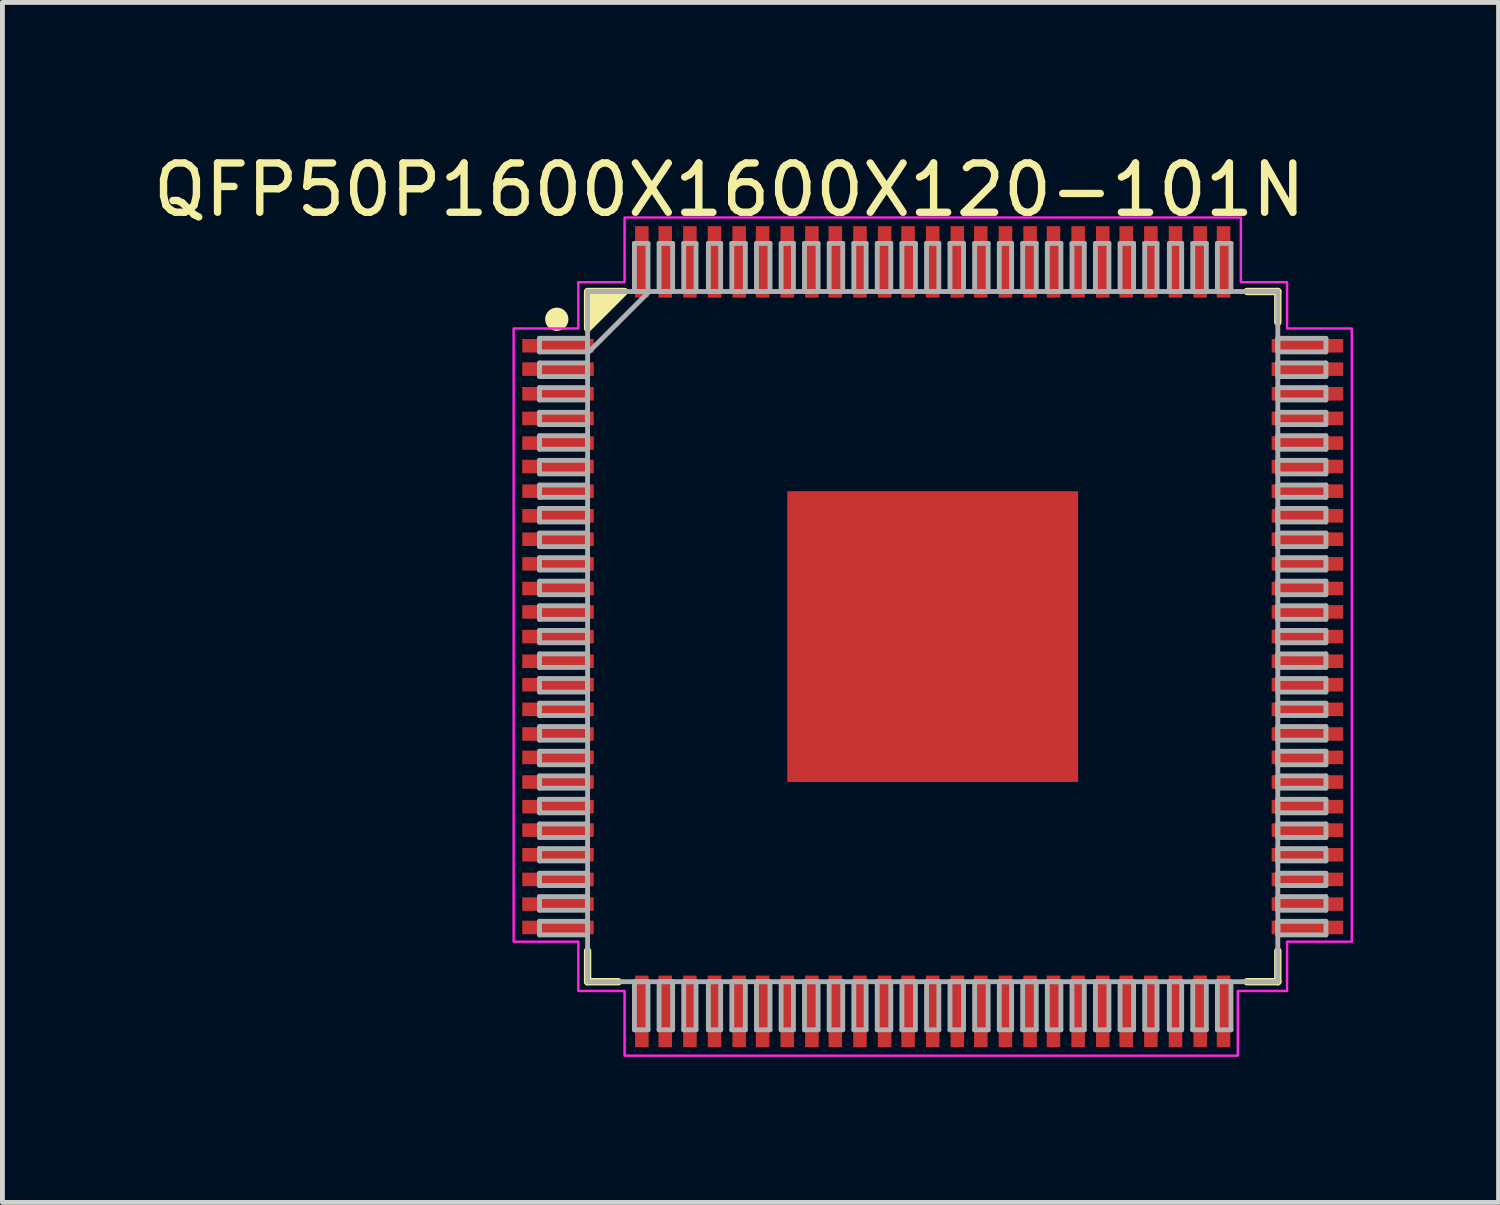
<source format=kicad_pcb>
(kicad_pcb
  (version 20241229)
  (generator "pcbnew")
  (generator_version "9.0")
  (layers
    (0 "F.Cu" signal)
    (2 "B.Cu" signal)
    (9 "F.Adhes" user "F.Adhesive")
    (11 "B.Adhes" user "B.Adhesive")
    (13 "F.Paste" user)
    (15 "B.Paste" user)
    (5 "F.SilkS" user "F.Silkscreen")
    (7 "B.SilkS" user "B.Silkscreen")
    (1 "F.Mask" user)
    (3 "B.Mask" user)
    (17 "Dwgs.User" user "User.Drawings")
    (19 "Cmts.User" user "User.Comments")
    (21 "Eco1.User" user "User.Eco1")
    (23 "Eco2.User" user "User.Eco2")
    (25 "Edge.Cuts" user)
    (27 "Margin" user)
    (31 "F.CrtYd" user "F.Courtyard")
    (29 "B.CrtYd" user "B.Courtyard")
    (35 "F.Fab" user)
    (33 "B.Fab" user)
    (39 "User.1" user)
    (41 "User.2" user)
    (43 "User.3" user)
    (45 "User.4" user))
  (footprint "QFP50P1600X1600X120-101N"
    (layer "F.Cu")
    (at 16.171 10.069)
    (property "Reference" "QFP50P1600X1600X120-101N" (at -4.191 -9.207 0) (layer "F.SilkS") (effects (font (size 1.016 1.016) (thickness 0.152))))
    (attr smd)
    (fp_line (start -7.112 6.477) (end -7.112 7.112) (stroke (width 0.152) (type solid)) (layer "F.SilkS"))
    (fp_line (start -7.112 7.112) (end -6.477 7.112) (stroke (width 0.152) (type solid)) (layer "F.SilkS"))
    (fp_line (start 6.477 7.112) (end 7.112 7.112) (stroke (width 0.152) (type solid)) (layer "F.SilkS"))
    (fp_line (start 7.112 -7.112) (end 6.477 -7.112) (stroke (width 0.152) (type solid)) (layer "F.SilkS"))
    (fp_line (start 7.112 -6.477) (end 7.112 -7.112) (stroke (width 0.152) (type solid)) (layer "F.SilkS"))
    (fp_line (start 7.112 7.112) (end 7.112 6.477) (stroke (width 0.152) (type solid)) (layer "F.SilkS"))
    (fp_circle (center -7.747 -6.54) (end -7.747 -6.35) (stroke (width 0.1) (type solid)) (fill yes) (layer "F.SilkS"))
    (fp_poly (pts (xy -6.35 -7.112) (xy -7.112 -6.35) (xy -7.112 -7.112)) (stroke (width 0.152) (type solid)) (fill yes) (layer "F.SilkS"))
    (fp_poly (pts (xy 6.35 -7.303) (xy 7.303 -7.303) (xy 7.303 -6.35) (xy 8.636 -6.35) (xy 8.636 6.287) (xy 7.303 6.287) (xy 7.303 7.303) (xy 6.287 7.303) (xy 6.287 8.636) (xy -6.35 8.636) (xy -6.35 7.303) (xy -7.303 7.303) (xy -7.303 6.287) (xy -8.636 6.287) (xy -8.636 -6.35) (xy -7.303 -6.35) (xy -7.303 -7.303) (xy -6.35 -7.303) (xy -6.35 -8.636) (xy 6.35 -8.636)) (stroke (width 0.05) (type solid)) (fill no) (layer "F.CrtYd"))
    (fp_line (start -8.103 -6.147) (end -8.103 -5.867) (stroke (width 0.1) (type solid)) (layer "F.Fab"))
    (fp_line (start -8.103 -5.867) (end -7.112 -5.867) (stroke (width 0.1) (type solid)) (layer "F.Fab"))
    (fp_line (start -8.103 -5.639) (end -8.103 -5.359) (stroke (width 0.1) (type solid)) (layer "F.Fab"))
    (fp_line (start -8.103 -5.359) (end -7.112 -5.359) (stroke (width 0.1) (type solid)) (layer "F.Fab"))
    (fp_line (start -8.103 -5.131) (end -8.103 -4.877) (stroke (width 0.1) (type solid)) (layer "F.Fab"))
    (fp_line (start -8.103 -4.877) (end -7.112 -4.877) (stroke (width 0.1) (type solid)) (layer "F.Fab"))
    (fp_line (start -8.103 -4.623) (end -8.103 -4.369) (stroke (width 0.1) (type solid)) (layer "F.Fab"))
    (fp_line (start -8.103 -4.369) (end -7.112 -4.369) (stroke (width 0.1) (type solid)) (layer "F.Fab"))
    (fp_line (start -8.103 -4.14) (end -8.103 -3.861) (stroke (width 0.1) (type solid)) (layer "F.Fab"))
    (fp_line (start -8.103 -3.861) (end -7.112 -3.861) (stroke (width 0.1) (type solid)) (layer "F.Fab"))
    (fp_line (start -8.103 -3.632) (end -8.103 -3.353) (stroke (width 0.1) (type solid)) (layer "F.Fab"))
    (fp_line (start -8.103 -3.353) (end -7.112 -3.353) (stroke (width 0.1) (type solid)) (layer "F.Fab"))
    (fp_line (start -8.103 -3.124) (end -8.103 -2.87) (stroke (width 0.1) (type solid)) (layer "F.Fab"))
    (fp_line (start -8.103 -2.87) (end -7.112 -2.87) (stroke (width 0.1) (type solid)) (layer "F.Fab"))
    (fp_line (start -8.103 -2.642) (end -8.103 -2.362) (stroke (width 0.1) (type solid)) (layer "F.Fab"))
    (fp_line (start -8.103 -2.362) (end -7.112 -2.362) (stroke (width 0.1) (type solid)) (layer "F.Fab"))
    (fp_line (start -8.103 -2.134) (end -8.103 -1.854) (stroke (width 0.1) (type solid)) (layer "F.Fab"))
    (fp_line (start -8.103 -1.854) (end -7.112 -1.854) (stroke (width 0.1) (type solid)) (layer "F.Fab"))
    (fp_line (start -8.103 -1.626) (end -8.103 -1.372) (stroke (width 0.1) (type solid)) (layer "F.Fab"))
    (fp_line (start -8.103 -1.372) (end -7.112 -1.372) (stroke (width 0.1) (type solid)) (layer "F.Fab"))
    (fp_line (start -8.103 -1.143) (end -8.103 -0.864) (stroke (width 0.1) (type solid)) (layer "F.Fab"))
    (fp_line (start -8.103 -0.864) (end -7.112 -0.864) (stroke (width 0.1) (type solid)) (layer "F.Fab"))
    (fp_line (start -8.103 -0.635) (end -8.103 -0.356) (stroke (width 0.1) (type solid)) (layer "F.Fab"))
    (fp_line (start -8.103 -0.356) (end -7.112 -0.356) (stroke (width 0.1) (type solid)) (layer "F.Fab"))
    (fp_line (start -8.103 -0.127) (end -8.103 0.127) (stroke (width 0.1) (type solid)) (layer "F.Fab"))
    (fp_line (start -8.103 0.127) (end -7.112 0.127) (stroke (width 0.1) (type solid)) (layer "F.Fab"))
    (fp_line (start -8.103 0.356) (end -8.103 0.635) (stroke (width 0.1) (type solid)) (layer "F.Fab"))
    (fp_line (start -8.103 0.635) (end -7.112 0.635) (stroke (width 0.1) (type solid)) (layer "F.Fab"))
    (fp_line (start -8.103 0.864) (end -8.103 1.143) (stroke (width 0.1) (type solid)) (layer "F.Fab"))
    (fp_line (start -8.103 1.143) (end -7.112 1.143) (stroke (width 0.1) (type solid)) (layer "F.Fab"))
    (fp_line (start -8.103 1.372) (end -8.103 1.626) (stroke (width 0.1) (type solid)) (layer "F.Fab"))
    (fp_line (start -8.103 1.626) (end -7.112 1.626) (stroke (width 0.1) (type solid)) (layer "F.Fab"))
    (fp_line (start -8.103 1.854) (end -8.103 2.134) (stroke (width 0.1) (type solid)) (layer "F.Fab"))
    (fp_line (start -8.103 2.134) (end -7.112 2.134) (stroke (width 0.1) (type solid)) (layer "F.Fab"))
    (fp_line (start -8.103 2.362) (end -8.103 2.642) (stroke (width 0.1) (type solid)) (layer "F.Fab"))
    (fp_line (start -8.103 2.642) (end -7.112 2.642) (stroke (width 0.1) (type solid)) (layer "F.Fab"))
    (fp_line (start -8.103 2.87) (end -8.103 3.124) (stroke (width 0.1) (type solid)) (layer "F.Fab"))
    (fp_line (start -8.103 3.124) (end -7.112 3.124) (stroke (width 0.1) (type solid)) (layer "F.Fab"))
    (fp_line (start -8.103 3.353) (end -8.103 3.632) (stroke (width 0.1) (type solid)) (layer "F.Fab"))
    (fp_line (start -8.103 3.632) (end -7.112 3.632) (stroke (width 0.1) (type solid)) (layer "F.Fab"))
    (fp_line (start -8.103 3.861) (end -8.103 4.14) (stroke (width 0.1) (type solid)) (layer "F.Fab"))
    (fp_line (start -8.103 4.14) (end -7.112 4.14) (stroke (width 0.1) (type solid)) (layer "F.Fab"))
    (fp_line (start -8.103 4.369) (end -8.103 4.623) (stroke (width 0.1) (type solid)) (layer "F.Fab"))
    (fp_line (start -8.103 4.623) (end -7.112 4.623) (stroke (width 0.1) (type solid)) (layer "F.Fab"))
    (fp_line (start -8.103 4.877) (end -8.103 5.131) (stroke (width 0.1) (type solid)) (layer "F.Fab"))
    (fp_line (start -8.103 5.131) (end -7.112 5.131) (stroke (width 0.1) (type solid)) (layer "F.Fab"))
    (fp_line (start -8.103 5.359) (end -8.103 5.639) (stroke (width 0.1) (type solid)) (layer "F.Fab"))
    (fp_line (start -8.103 5.639) (end -7.112 5.639) (stroke (width 0.1) (type solid)) (layer "F.Fab"))
    (fp_line (start -8.103 5.867) (end -8.103 6.147) (stroke (width 0.1) (type solid)) (layer "F.Fab"))
    (fp_line (start -8.103 6.147) (end -7.112 6.147) (stroke (width 0.1) (type solid)) (layer "F.Fab"))
    (fp_line (start -7.112 -7.112) (end -7.112 7.112) (stroke (width 0.1) (type solid)) (layer "F.Fab"))
    (fp_line (start -7.112 -6.147) (end -8.103 -6.147) (stroke (width 0.1) (type solid)) (layer "F.Fab"))
    (fp_line (start -7.112 -5.867) (end -7.112 -6.147) (stroke (width 0.1) (type solid)) (layer "F.Fab"))
    (fp_line (start -7.112 -5.842) (end -5.842 -7.112) (stroke (width 0.1) (type solid)) (layer "F.Fab"))
    (fp_line (start -7.112 -5.639) (end -8.103 -5.639) (stroke (width 0.1) (type solid)) (layer "F.Fab"))
    (fp_line (start -7.112 -5.359) (end -7.112 -5.639) (stroke (width 0.1) (type solid)) (layer "F.Fab"))
    (fp_line (start -7.112 -5.131) (end -8.103 -5.131) (stroke (width 0.1) (type solid)) (layer "F.Fab"))
    (fp_line (start -7.112 -4.877) (end -7.112 -5.131) (stroke (width 0.1) (type solid)) (layer "F.Fab"))
    (fp_line (start -7.112 -4.623) (end -8.103 -4.623) (stroke (width 0.1) (type solid)) (layer "F.Fab"))
    (fp_line (start -7.112 -4.369) (end -7.112 -4.623) (stroke (width 0.1) (type solid)) (layer "F.Fab"))
    (fp_line (start -7.112 -4.14) (end -8.103 -4.14) (stroke (width 0.1) (type solid)) (layer "F.Fab"))
    (fp_line (start -7.112 -3.861) (end -7.112 -4.14) (stroke (width 0.1) (type solid)) (layer "F.Fab"))
    (fp_line (start -7.112 -3.632) (end -8.103 -3.632) (stroke (width 0.1) (type solid)) (layer "F.Fab"))
    (fp_line (start -7.112 -3.353) (end -7.112 -3.632) (stroke (width 0.1) (type solid)) (layer "F.Fab"))
    (fp_line (start -7.112 -3.124) (end -8.103 -3.124) (stroke (width 0.1) (type solid)) (layer "F.Fab"))
    (fp_line (start -7.112 -2.87) (end -7.112 -3.124) (stroke (width 0.1) (type solid)) (layer "F.Fab"))
    (fp_line (start -7.112 -2.642) (end -8.103 -2.642) (stroke (width 0.1) (type solid)) (layer "F.Fab"))
    (fp_line (start -7.112 -2.362) (end -7.112 -2.642) (stroke (width 0.1) (type solid)) (layer "F.Fab"))
    (fp_line (start -7.112 -2.134) (end -8.103 -2.134) (stroke (width 0.1) (type solid)) (layer "F.Fab"))
    (fp_line (start -7.112 -1.854) (end -7.112 -2.134) (stroke (width 0.1) (type solid)) (layer "F.Fab"))
    (fp_line (start -7.112 -1.626) (end -8.103 -1.626) (stroke (width 0.1) (type solid)) (layer "F.Fab"))
    (fp_line (start -7.112 -1.372) (end -7.112 -1.626) (stroke (width 0.1) (type solid)) (layer "F.Fab"))
    (fp_line (start -7.112 -1.143) (end -8.103 -1.143) (stroke (width 0.1) (type solid)) (layer "F.Fab"))
    (fp_line (start -7.112 -0.864) (end -7.112 -1.143) (stroke (width 0.1) (type solid)) (layer "F.Fab"))
    (fp_line (start -7.112 -0.635) (end -8.103 -0.635) (stroke (width 0.1) (type solid)) (layer "F.Fab"))
    (fp_line (start -7.112 -0.356) (end -7.112 -0.635) (stroke (width 0.1) (type solid)) (layer "F.Fab"))
    (fp_line (start -7.112 -0.127) (end -8.103 -0.127) (stroke (width 0.1) (type solid)) (layer "F.Fab"))
    (fp_line (start -7.112 0.127) (end -7.112 -0.127) (stroke (width 0.1) (type solid)) (layer "F.Fab"))
    (fp_line (start -7.112 0.356) (end -8.103 0.356) (stroke (width 0.1) (type solid)) (layer "F.Fab"))
    (fp_line (start -7.112 0.635) (end -7.112 0.356) (stroke (width 0.1) (type solid)) (layer "F.Fab"))
    (fp_line (start -7.112 0.864) (end -8.103 0.864) (stroke (width 0.1) (type solid)) (layer "F.Fab"))
    (fp_line (start -7.112 1.143) (end -7.112 0.864) (stroke (width 0.1) (type solid)) (layer "F.Fab"))
    (fp_line (start -7.112 1.372) (end -8.103 1.372) (stroke (width 0.1) (type solid)) (layer "F.Fab"))
    (fp_line (start -7.112 1.626) (end -7.112 1.372) (stroke (width 0.1) (type solid)) (layer "F.Fab"))
    (fp_line (start -7.112 1.854) (end -8.103 1.854) (stroke (width 0.1) (type solid)) (layer "F.Fab"))
    (fp_line (start -7.112 2.134) (end -7.112 1.854) (stroke (width 0.1) (type solid)) (layer "F.Fab"))
    (fp_line (start -7.112 2.362) (end -8.103 2.362) (stroke (width 0.1) (type solid)) (layer "F.Fab"))
    (fp_line (start -7.112 2.642) (end -7.112 2.362) (stroke (width 0.1) (type solid)) (layer "F.Fab"))
    (fp_line (start -7.112 2.87) (end -8.103 2.87) (stroke (width 0.1) (type solid)) (layer "F.Fab"))
    (fp_line (start -7.112 3.124) (end -7.112 2.87) (stroke (width 0.1) (type solid)) (layer "F.Fab"))
    (fp_line (start -7.112 3.353) (end -8.103 3.353) (stroke (width 0.1) (type solid)) (layer "F.Fab"))
    (fp_line (start -7.112 3.632) (end -7.112 3.353) (stroke (width 0.1) (type solid)) (layer "F.Fab"))
    (fp_line (start -7.112 3.861) (end -8.103 3.861) (stroke (width 0.1) (type solid)) (layer "F.Fab"))
    (fp_line (start -7.112 4.14) (end -7.112 3.861) (stroke (width 0.1) (type solid)) (layer "F.Fab"))
    (fp_line (start -7.112 4.369) (end -8.103 4.369) (stroke (width 0.1) (type solid)) (layer "F.Fab"))
    (fp_line (start -7.112 4.623) (end -7.112 4.369) (stroke (width 0.1) (type solid)) (layer "F.Fab"))
    (fp_line (start -7.112 4.877) (end -8.103 4.877) (stroke (width 0.1) (type solid)) (layer "F.Fab"))
    (fp_line (start -7.112 5.131) (end -7.112 4.877) (stroke (width 0.1) (type solid)) (layer "F.Fab"))
    (fp_line (start -7.112 5.359) (end -8.103 5.359) (stroke (width 0.1) (type solid)) (layer "F.Fab"))
    (fp_line (start -7.112 5.639) (end -7.112 5.359) (stroke (width 0.1) (type solid)) (layer "F.Fab"))
    (fp_line (start -7.112 5.867) (end -8.103 5.867) (stroke (width 0.1) (type solid)) (layer "F.Fab"))
    (fp_line (start -7.112 6.147) (end -7.112 5.867) (stroke (width 0.1) (type solid)) (layer "F.Fab"))
    (fp_line (start -7.112 7.112) (end 7.112 7.112) (stroke (width 0.1) (type solid)) (layer "F.Fab"))
    (fp_line (start -6.147 -8.103) (end -6.147 -7.112) (stroke (width 0.1) (type solid)) (layer "F.Fab"))
    (fp_line (start -6.147 -7.112) (end -5.867 -7.112) (stroke (width 0.1) (type solid)) (layer "F.Fab"))
    (fp_line (start -6.147 7.112) (end -6.147 8.103) (stroke (width 0.1) (type solid)) (layer "F.Fab"))
    (fp_line (start -6.147 8.103) (end -5.867 8.103) (stroke (width 0.1) (type solid)) (layer "F.Fab"))
    (fp_line (start -5.867 -8.103) (end -6.147 -8.103) (stroke (width 0.1) (type solid)) (layer "F.Fab"))
    (fp_line (start -5.867 -7.112) (end -5.867 -8.103) (stroke (width 0.1) (type solid)) (layer "F.Fab"))
    (fp_line (start -5.867 7.112) (end -6.147 7.112) (stroke (width 0.1) (type solid)) (layer "F.Fab"))
    (fp_line (start -5.867 8.103) (end -5.867 7.112) (stroke (width 0.1) (type solid)) (layer "F.Fab"))
    (fp_line (start -5.639 -8.103) (end -5.639 -7.112) (stroke (width 0.1) (type solid)) (layer "F.Fab"))
    (fp_line (start -5.639 -7.112) (end -5.359 -7.112) (stroke (width 0.1) (type solid)) (layer "F.Fab"))
    (fp_line (start -5.639 7.112) (end -5.639 8.103) (stroke (width 0.1) (type solid)) (layer "F.Fab"))
    (fp_line (start -5.639 8.103) (end -5.359 8.103) (stroke (width 0.1) (type solid)) (layer "F.Fab"))
    (fp_line (start -5.359 -8.103) (end -5.639 -8.103) (stroke (width 0.1) (type solid)) (layer "F.Fab"))
    (fp_line (start -5.359 -7.112) (end -5.359 -8.103) (stroke (width 0.1) (type solid)) (layer "F.Fab"))
    (fp_line (start -5.359 7.112) (end -5.639 7.112) (stroke (width 0.1) (type solid)) (layer "F.Fab"))
    (fp_line (start -5.359 8.103) (end -5.359 7.112) (stroke (width 0.1) (type solid)) (layer "F.Fab"))
    (fp_line (start -5.131 -8.103) (end -5.131 -7.112) (stroke (width 0.1) (type solid)) (layer "F.Fab"))
    (fp_line (start -5.131 -7.112) (end -4.877 -7.112) (stroke (width 0.1) (type solid)) (layer "F.Fab"))
    (fp_line (start -5.131 7.112) (end -5.131 8.103) (stroke (width 0.1) (type solid)) (layer "F.Fab"))
    (fp_line (start -5.131 8.103) (end -4.877 8.103) (stroke (width 0.1) (type solid)) (layer "F.Fab"))
    (fp_line (start -4.877 -8.103) (end -5.131 -8.103) (stroke (width 0.1) (type solid)) (layer "F.Fab"))
    (fp_line (start -4.877 -7.112) (end -4.877 -8.103) (stroke (width 0.1) (type solid)) (layer "F.Fab"))
    (fp_line (start -4.877 7.112) (end -5.131 7.112) (stroke (width 0.1) (type solid)) (layer "F.Fab"))
    (fp_line (start -4.877 8.103) (end -4.877 7.112) (stroke (width 0.1) (type solid)) (layer "F.Fab"))
    (fp_line (start -4.623 -8.103) (end -4.623 -7.112) (stroke (width 0.1) (type solid)) (layer "F.Fab"))
    (fp_line (start -4.623 -7.112) (end -4.369 -7.112) (stroke (width 0.1) (type solid)) (layer "F.Fab"))
    (fp_line (start -4.623 7.112) (end -4.623 8.103) (stroke (width 0.1) (type solid)) (layer "F.Fab"))
    (fp_line (start -4.623 8.103) (end -4.369 8.103) (stroke (width 0.1) (type solid)) (layer "F.Fab"))
    (fp_line (start -4.369 -8.103) (end -4.623 -8.103) (stroke (width 0.1) (type solid)) (layer "F.Fab"))
    (fp_line (start -4.369 -7.112) (end -4.369 -8.103) (stroke (width 0.1) (type solid)) (layer "F.Fab"))
    (fp_line (start -4.369 7.112) (end -4.623 7.112) (stroke (width 0.1) (type solid)) (layer "F.Fab"))
    (fp_line (start -4.369 8.103) (end -4.369 7.112) (stroke (width 0.1) (type solid)) (layer "F.Fab"))
    (fp_line (start -4.14 -8.103) (end -4.14 -7.112) (stroke (width 0.1) (type solid)) (layer "F.Fab"))
    (fp_line (start -4.14 -7.112) (end -3.861 -7.112) (stroke (width 0.1) (type solid)) (layer "F.Fab"))
    (fp_line (start -4.14 7.112) (end -4.14 8.103) (stroke (width 0.1) (type solid)) (layer "F.Fab"))
    (fp_line (start -4.14 8.103) (end -3.861 8.103) (stroke (width 0.1) (type solid)) (layer "F.Fab"))
    (fp_line (start -3.861 -8.103) (end -4.14 -8.103) (stroke (width 0.1) (type solid)) (layer "F.Fab"))
    (fp_line (start -3.861 -7.112) (end -3.861 -8.103) (stroke (width 0.1) (type solid)) (layer "F.Fab"))
    (fp_line (start -3.861 7.112) (end -4.14 7.112) (stroke (width 0.1) (type solid)) (layer "F.Fab"))
    (fp_line (start -3.861 8.103) (end -3.861 7.112) (stroke (width 0.1) (type solid)) (layer "F.Fab"))
    (fp_line (start -3.632 -8.103) (end -3.632 -7.112) (stroke (width 0.1) (type solid)) (layer "F.Fab"))
    (fp_line (start -3.632 -7.112) (end -3.353 -7.112) (stroke (width 0.1) (type solid)) (layer "F.Fab"))
    (fp_line (start -3.632 7.112) (end -3.632 8.103) (stroke (width 0.1) (type solid)) (layer "F.Fab"))
    (fp_line (start -3.632 8.103) (end -3.353 8.103) (stroke (width 0.1) (type solid)) (layer "F.Fab"))
    (fp_line (start -3.353 -8.103) (end -3.632 -8.103) (stroke (width 0.1) (type solid)) (layer "F.Fab"))
    (fp_line (start -3.353 -7.112) (end -3.353 -8.103) (stroke (width 0.1) (type solid)) (layer "F.Fab"))
    (fp_line (start -3.353 7.112) (end -3.632 7.112) (stroke (width 0.1) (type solid)) (layer "F.Fab"))
    (fp_line (start -3.353 8.103) (end -3.353 7.112) (stroke (width 0.1) (type solid)) (layer "F.Fab"))
    (fp_line (start -3.124 -8.103) (end -3.124 -7.112) (stroke (width 0.1) (type solid)) (layer "F.Fab"))
    (fp_line (start -3.124 -7.112) (end -2.87 -7.112) (stroke (width 0.1) (type solid)) (layer "F.Fab"))
    (fp_line (start -3.124 7.112) (end -3.124 8.103) (stroke (width 0.1) (type solid)) (layer "F.Fab"))
    (fp_line (start -3.124 8.103) (end -2.87 8.103) (stroke (width 0.1) (type solid)) (layer "F.Fab"))
    (fp_line (start -2.87 -8.103) (end -3.124 -8.103) (stroke (width 0.1) (type solid)) (layer "F.Fab"))
    (fp_line (start -2.87 -7.112) (end -2.87 -8.103) (stroke (width 0.1) (type solid)) (layer "F.Fab"))
    (fp_line (start -2.87 7.112) (end -3.124 7.112) (stroke (width 0.1) (type solid)) (layer "F.Fab"))
    (fp_line (start -2.87 8.103) (end -2.87 7.112) (stroke (width 0.1) (type solid)) (layer "F.Fab"))
    (fp_line (start -2.642 -8.103) (end -2.642 -7.112) (stroke (width 0.1) (type solid)) (layer "F.Fab"))
    (fp_line (start -2.642 -7.112) (end -2.362 -7.112) (stroke (width 0.1) (type solid)) (layer "F.Fab"))
    (fp_line (start -2.642 7.112) (end -2.642 8.103) (stroke (width 0.1) (type solid)) (layer "F.Fab"))
    (fp_line (start -2.642 8.103) (end -2.362 8.103) (stroke (width 0.1) (type solid)) (layer "F.Fab"))
    (fp_line (start -2.362 -8.103) (end -2.642 -8.103) (stroke (width 0.1) (type solid)) (layer "F.Fab"))
    (fp_line (start -2.362 -7.112) (end -2.362 -8.103) (stroke (width 0.1) (type solid)) (layer "F.Fab"))
    (fp_line (start -2.362 7.112) (end -2.642 7.112) (stroke (width 0.1) (type solid)) (layer "F.Fab"))
    (fp_line (start -2.362 8.103) (end -2.362 7.112) (stroke (width 0.1) (type solid)) (layer "F.Fab"))
    (fp_line (start -2.134 -8.103) (end -2.134 -7.112) (stroke (width 0.1) (type solid)) (layer "F.Fab"))
    (fp_line (start -2.134 -7.112) (end -1.854 -7.112) (stroke (width 0.1) (type solid)) (layer "F.Fab"))
    (fp_line (start -2.134 7.112) (end -2.134 8.103) (stroke (width 0.1) (type solid)) (layer "F.Fab"))
    (fp_line (start -2.134 8.103) (end -1.854 8.103) (stroke (width 0.1) (type solid)) (layer "F.Fab"))
    (fp_line (start -1.854 -8.103) (end -2.134 -8.103) (stroke (width 0.1) (type solid)) (layer "F.Fab"))
    (fp_line (start -1.854 -7.112) (end -1.854 -8.103) (stroke (width 0.1) (type solid)) (layer "F.Fab"))
    (fp_line (start -1.854 7.112) (end -2.134 7.112) (stroke (width 0.1) (type solid)) (layer "F.Fab"))
    (fp_line (start -1.854 8.103) (end -1.854 7.112) (stroke (width 0.1) (type solid)) (layer "F.Fab"))
    (fp_line (start -1.626 -8.103) (end -1.626 -7.112) (stroke (width 0.1) (type solid)) (layer "F.Fab"))
    (fp_line (start -1.626 -7.112) (end -1.372 -7.112) (stroke (width 0.1) (type solid)) (layer "F.Fab"))
    (fp_line (start -1.626 7.112) (end -1.626 8.103) (stroke (width 0.1) (type solid)) (layer "F.Fab"))
    (fp_line (start -1.626 8.103) (end -1.372 8.103) (stroke (width 0.1) (type solid)) (layer "F.Fab"))
    (fp_line (start -1.372 -8.103) (end -1.626 -8.103) (stroke (width 0.1) (type solid)) (layer "F.Fab"))
    (fp_line (start -1.372 -7.112) (end -1.372 -8.103) (stroke (width 0.1) (type solid)) (layer "F.Fab"))
    (fp_line (start -1.372 7.112) (end -1.626 7.112) (stroke (width 0.1) (type solid)) (layer "F.Fab"))
    (fp_line (start -1.372 8.103) (end -1.372 7.112) (stroke (width 0.1) (type solid)) (layer "F.Fab"))
    (fp_line (start -1.143 -8.103) (end -1.143 -7.112) (stroke (width 0.1) (type solid)) (layer "F.Fab"))
    (fp_line (start -1.143 -7.112) (end -0.864 -7.112) (stroke (width 0.1) (type solid)) (layer "F.Fab"))
    (fp_line (start -1.143 7.112) (end -1.143 8.103) (stroke (width 0.1) (type solid)) (layer "F.Fab"))
    (fp_line (start -1.143 8.103) (end -0.864 8.103) (stroke (width 0.1) (type solid)) (layer "F.Fab"))
    (fp_line (start -0.864 -8.103) (end -1.143 -8.103) (stroke (width 0.1) (type solid)) (layer "F.Fab"))
    (fp_line (start -0.864 -7.112) (end -0.864 -8.103) (stroke (width 0.1) (type solid)) (layer "F.Fab"))
    (fp_line (start -0.864 7.112) (end -1.143 7.112) (stroke (width 0.1) (type solid)) (layer "F.Fab"))
    (fp_line (start -0.864 8.103) (end -0.864 7.112) (stroke (width 0.1) (type solid)) (layer "F.Fab"))
    (fp_line (start -0.635 -8.103) (end -0.635 -7.112) (stroke (width 0.1) (type solid)) (layer "F.Fab"))
    (fp_line (start -0.635 -7.112) (end -0.356 -7.112) (stroke (width 0.1) (type solid)) (layer "F.Fab"))
    (fp_line (start -0.635 7.112) (end -0.635 8.103) (stroke (width 0.1) (type solid)) (layer "F.Fab"))
    (fp_line (start -0.635 8.103) (end -0.356 8.103) (stroke (width 0.1) (type solid)) (layer "F.Fab"))
    (fp_line (start -0.356 -8.103) (end -0.635 -8.103) (stroke (width 0.1) (type solid)) (layer "F.Fab"))
    (fp_line (start -0.356 -7.112) (end -0.356 -8.103) (stroke (width 0.1) (type solid)) (layer "F.Fab"))
    (fp_line (start -0.356 7.112) (end -0.635 7.112) (stroke (width 0.1) (type solid)) (layer "F.Fab"))
    (fp_line (start -0.356 8.103) (end -0.356 7.112) (stroke (width 0.1) (type solid)) (layer "F.Fab"))
    (fp_line (start -0.127 -8.103) (end -0.127 -7.112) (stroke (width 0.1) (type solid)) (layer "F.Fab"))
    (fp_line (start -0.127 -7.112) (end 0.127 -7.112) (stroke (width 0.1) (type solid)) (layer "F.Fab"))
    (fp_line (start -0.127 7.112) (end -0.127 8.103) (stroke (width 0.1) (type solid)) (layer "F.Fab"))
    (fp_line (start -0.127 8.103) (end 0.127 8.103) (stroke (width 0.1) (type solid)) (layer "F.Fab"))
    (fp_line (start 0.127 -8.103) (end -0.127 -8.103) (stroke (width 0.1) (type solid)) (layer "F.Fab"))
    (fp_line (start 0.127 -7.112) (end 0.127 -8.103) (stroke (width 0.1) (type solid)) (layer "F.Fab"))
    (fp_line (start 0.127 7.112) (end -0.127 7.112) (stroke (width 0.1) (type solid)) (layer "F.Fab"))
    (fp_line (start 0.127 8.103) (end 0.127 7.112) (stroke (width 0.1) (type solid)) (layer "F.Fab"))
    (fp_line (start 0.356 -8.103) (end 0.356 -7.112) (stroke (width 0.1) (type solid)) (layer "F.Fab"))
    (fp_line (start 0.356 -7.112) (end 0.635 -7.112) (stroke (width 0.1) (type solid)) (layer "F.Fab"))
    (fp_line (start 0.356 7.112) (end 0.356 8.103) (stroke (width 0.1) (type solid)) (layer "F.Fab"))
    (fp_line (start 0.356 8.103) (end 0.635 8.103) (stroke (width 0.1) (type solid)) (layer "F.Fab"))
    (fp_line (start 0.635 -8.103) (end 0.356 -8.103) (stroke (width 0.1) (type solid)) (layer "F.Fab"))
    (fp_line (start 0.635 -7.112) (end 0.635 -8.103) (stroke (width 0.1) (type solid)) (layer "F.Fab"))
    (fp_line (start 0.635 7.112) (end 0.356 7.112) (stroke (width 0.1) (type solid)) (layer "F.Fab"))
    (fp_line (start 0.635 8.103) (end 0.635 7.112) (stroke (width 0.1) (type solid)) (layer "F.Fab"))
    (fp_line (start 0.864 -8.103) (end 0.864 -7.112) (stroke (width 0.1) (type solid)) (layer "F.Fab"))
    (fp_line (start 0.864 -7.112) (end 1.143 -7.112) (stroke (width 0.1) (type solid)) (layer "F.Fab"))
    (fp_line (start 0.864 7.112) (end 0.864 8.103) (stroke (width 0.1) (type solid)) (layer "F.Fab"))
    (fp_line (start 0.864 8.103) (end 1.143 8.103) (stroke (width 0.1) (type solid)) (layer "F.Fab"))
    (fp_line (start 1.143 -8.103) (end 0.864 -8.103) (stroke (width 0.1) (type solid)) (layer "F.Fab"))
    (fp_line (start 1.143 -7.112) (end 1.143 -8.103) (stroke (width 0.1) (type solid)) (layer "F.Fab"))
    (fp_line (start 1.143 7.112) (end 0.864 7.112) (stroke (width 0.1) (type solid)) (layer "F.Fab"))
    (fp_line (start 1.143 8.103) (end 1.143 7.112) (stroke (width 0.1) (type solid)) (layer "F.Fab"))
    (fp_line (start 1.372 -8.103) (end 1.372 -7.112) (stroke (width 0.1) (type solid)) (layer "F.Fab"))
    (fp_line (start 1.372 -7.112) (end 1.626 -7.112) (stroke (width 0.1) (type solid)) (layer "F.Fab"))
    (fp_line (start 1.372 7.112) (end 1.372 8.103) (stroke (width 0.1) (type solid)) (layer "F.Fab"))
    (fp_line (start 1.372 8.103) (end 1.626 8.103) (stroke (width 0.1) (type solid)) (layer "F.Fab"))
    (fp_line (start 1.626 -8.103) (end 1.372 -8.103) (stroke (width 0.1) (type solid)) (layer "F.Fab"))
    (fp_line (start 1.626 -7.112) (end 1.626 -8.103) (stroke (width 0.1) (type solid)) (layer "F.Fab"))
    (fp_line (start 1.626 7.112) (end 1.372 7.112) (stroke (width 0.1) (type solid)) (layer "F.Fab"))
    (fp_line (start 1.626 8.103) (end 1.626 7.112) (stroke (width 0.1) (type solid)) (layer "F.Fab"))
    (fp_line (start 1.854 -8.103) (end 1.854 -7.112) (stroke (width 0.1) (type solid)) (layer "F.Fab"))
    (fp_line (start 1.854 -7.112) (end 2.134 -7.112) (stroke (width 0.1) (type solid)) (layer "F.Fab"))
    (fp_line (start 1.854 7.112) (end 1.854 8.103) (stroke (width 0.1) (type solid)) (layer "F.Fab"))
    (fp_line (start 1.854 8.103) (end 2.134 8.103) (stroke (width 0.1) (type solid)) (layer "F.Fab"))
    (fp_line (start 2.134 -8.103) (end 1.854 -8.103) (stroke (width 0.1) (type solid)) (layer "F.Fab"))
    (fp_line (start 2.134 -7.112) (end 2.134 -8.103) (stroke (width 0.1) (type solid)) (layer "F.Fab"))
    (fp_line (start 2.134 7.112) (end 1.854 7.112) (stroke (width 0.1) (type solid)) (layer "F.Fab"))
    (fp_line (start 2.134 8.103) (end 2.134 7.112) (stroke (width 0.1) (type solid)) (layer "F.Fab"))
    (fp_line (start 2.362 -8.103) (end 2.362 -7.112) (stroke (width 0.1) (type solid)) (layer "F.Fab"))
    (fp_line (start 2.362 -7.112) (end 2.642 -7.112) (stroke (width 0.1) (type solid)) (layer "F.Fab"))
    (fp_line (start 2.362 7.112) (end 2.362 8.103) (stroke (width 0.1) (type solid)) (layer "F.Fab"))
    (fp_line (start 2.362 8.103) (end 2.642 8.103) (stroke (width 0.1) (type solid)) (layer "F.Fab"))
    (fp_line (start 2.642 -8.103) (end 2.362 -8.103) (stroke (width 0.1) (type solid)) (layer "F.Fab"))
    (fp_line (start 2.642 -7.112) (end 2.642 -8.103) (stroke (width 0.1) (type solid)) (layer "F.Fab"))
    (fp_line (start 2.642 7.112) (end 2.362 7.112) (stroke (width 0.1) (type solid)) (layer "F.Fab"))
    (fp_line (start 2.642 8.103) (end 2.642 7.112) (stroke (width 0.1) (type solid)) (layer "F.Fab"))
    (fp_line (start 2.87 -8.103) (end 2.87 -7.112) (stroke (width 0.1) (type solid)) (layer "F.Fab"))
    (fp_line (start 2.87 -7.112) (end 3.124 -7.112) (stroke (width 0.1) (type solid)) (layer "F.Fab"))
    (fp_line (start 2.87 7.112) (end 2.87 8.103) (stroke (width 0.1) (type solid)) (layer "F.Fab"))
    (fp_line (start 2.87 8.103) (end 3.124 8.103) (stroke (width 0.1) (type solid)) (layer "F.Fab"))
    (fp_line (start 3.124 -8.103) (end 2.87 -8.103) (stroke (width 0.1) (type solid)) (layer "F.Fab"))
    (fp_line (start 3.124 -7.112) (end 3.124 -8.103) (stroke (width 0.1) (type solid)) (layer "F.Fab"))
    (fp_line (start 3.124 7.112) (end 2.87 7.112) (stroke (width 0.1) (type solid)) (layer "F.Fab"))
    (fp_line (start 3.124 8.103) (end 3.124 7.112) (stroke (width 0.1) (type solid)) (layer "F.Fab"))
    (fp_line (start 3.353 -8.103) (end 3.353 -7.112) (stroke (width 0.1) (type solid)) (layer "F.Fab"))
    (fp_line (start 3.353 -7.112) (end 3.632 -7.112) (stroke (width 0.1) (type solid)) (layer "F.Fab"))
    (fp_line (start 3.353 7.112) (end 3.353 8.103) (stroke (width 0.1) (type solid)) (layer "F.Fab"))
    (fp_line (start 3.353 8.103) (end 3.632 8.103) (stroke (width 0.1) (type solid)) (layer "F.Fab"))
    (fp_line (start 3.632 -8.103) (end 3.353 -8.103) (stroke (width 0.1) (type solid)) (layer "F.Fab"))
    (fp_line (start 3.632 -7.112) (end 3.632 -8.103) (stroke (width 0.1) (type solid)) (layer "F.Fab"))
    (fp_line (start 3.632 7.112) (end 3.353 7.112) (stroke (width 0.1) (type solid)) (layer "F.Fab"))
    (fp_line (start 3.632 8.103) (end 3.632 7.112) (stroke (width 0.1) (type solid)) (layer "F.Fab"))
    (fp_line (start 3.861 -8.103) (end 3.861 -7.112) (stroke (width 0.1) (type solid)) (layer "F.Fab"))
    (fp_line (start 3.861 -7.112) (end 4.14 -7.112) (stroke (width 0.1) (type solid)) (layer "F.Fab"))
    (fp_line (start 3.861 7.112) (end 3.861 8.103) (stroke (width 0.1) (type solid)) (layer "F.Fab"))
    (fp_line (start 3.861 8.103) (end 4.14 8.103) (stroke (width 0.1) (type solid)) (layer "F.Fab"))
    (fp_line (start 4.14 -8.103) (end 3.861 -8.103) (stroke (width 0.1) (type solid)) (layer "F.Fab"))
    (fp_line (start 4.14 -7.112) (end 4.14 -8.103) (stroke (width 0.1) (type solid)) (layer "F.Fab"))
    (fp_line (start 4.14 7.112) (end 3.861 7.112) (stroke (width 0.1) (type solid)) (layer "F.Fab"))
    (fp_line (start 4.14 8.103) (end 4.14 7.112) (stroke (width 0.1) (type solid)) (layer "F.Fab"))
    (fp_line (start 4.369 -8.103) (end 4.369 -7.112) (stroke (width 0.1) (type solid)) (layer "F.Fab"))
    (fp_line (start 4.369 -7.112) (end 4.623 -7.112) (stroke (width 0.1) (type solid)) (layer "F.Fab"))
    (fp_line (start 4.369 7.112) (end 4.369 8.103) (stroke (width 0.1) (type solid)) (layer "F.Fab"))
    (fp_line (start 4.369 8.103) (end 4.623 8.103) (stroke (width 0.1) (type solid)) (layer "F.Fab"))
    (fp_line (start 4.623 -8.103) (end 4.369 -8.103) (stroke (width 0.1) (type solid)) (layer "F.Fab"))
    (fp_line (start 4.623 -7.112) (end 4.623 -8.103) (stroke (width 0.1) (type solid)) (layer "F.Fab"))
    (fp_line (start 4.623 7.112) (end 4.369 7.112) (stroke (width 0.1) (type solid)) (layer "F.Fab"))
    (fp_line (start 4.623 8.103) (end 4.623 7.112) (stroke (width 0.1) (type solid)) (layer "F.Fab"))
    (fp_line (start 4.877 -8.103) (end 4.877 -7.112) (stroke (width 0.1) (type solid)) (layer "F.Fab"))
    (fp_line (start 4.877 -7.112) (end 5.131 -7.112) (stroke (width 0.1) (type solid)) (layer "F.Fab"))
    (fp_line (start 4.877 7.112) (end 4.877 8.103) (stroke (width 0.1) (type solid)) (layer "F.Fab"))
    (fp_line (start 4.877 8.103) (end 5.131 8.103) (stroke (width 0.1) (type solid)) (layer "F.Fab"))
    (fp_line (start 5.131 -8.103) (end 4.877 -8.103) (stroke (width 0.1) (type solid)) (layer "F.Fab"))
    (fp_line (start 5.131 -7.112) (end 5.131 -8.103) (stroke (width 0.1) (type solid)) (layer "F.Fab"))
    (fp_line (start 5.131 7.112) (end 4.877 7.112) (stroke (width 0.1) (type solid)) (layer "F.Fab"))
    (fp_line (start 5.131 8.103) (end 5.131 7.112) (stroke (width 0.1) (type solid)) (layer "F.Fab"))
    (fp_line (start 5.359 -8.103) (end 5.359 -7.112) (stroke (width 0.1) (type solid)) (layer "F.Fab"))
    (fp_line (start 5.359 -7.112) (end 5.639 -7.112) (stroke (width 0.1) (type solid)) (layer "F.Fab"))
    (fp_line (start 5.359 7.112) (end 5.359 8.103) (stroke (width 0.1) (type solid)) (layer "F.Fab"))
    (fp_line (start 5.359 8.103) (end 5.639 8.103) (stroke (width 0.1) (type solid)) (layer "F.Fab"))
    (fp_line (start 5.639 -8.103) (end 5.359 -8.103) (stroke (width 0.1) (type solid)) (layer "F.Fab"))
    (fp_line (start 5.639 -7.112) (end 5.639 -8.103) (stroke (width 0.1) (type solid)) (layer "F.Fab"))
    (fp_line (start 5.639 7.112) (end 5.359 7.112) (stroke (width 0.1) (type solid)) (layer "F.Fab"))
    (fp_line (start 5.639 8.103) (end 5.639 7.112) (stroke (width 0.1) (type solid)) (layer "F.Fab"))
    (fp_line (start 5.867 -8.103) (end 5.867 -7.112) (stroke (width 0.1) (type solid)) (layer "F.Fab"))
    (fp_line (start 5.867 -7.112) (end 6.147 -7.112) (stroke (width 0.1) (type solid)) (layer "F.Fab"))
    (fp_line (start 5.867 7.112) (end 5.867 8.103) (stroke (width 0.1) (type solid)) (layer "F.Fab"))
    (fp_line (start 5.867 8.103) (end 6.147 8.103) (stroke (width 0.1) (type solid)) (layer "F.Fab"))
    (fp_line (start 6.147 -8.103) (end 5.867 -8.103) (stroke (width 0.1) (type solid)) (layer "F.Fab"))
    (fp_line (start 6.147 -7.112) (end 6.147 -8.103) (stroke (width 0.1) (type solid)) (layer "F.Fab"))
    (fp_line (start 6.147 7.112) (end 5.867 7.112) (stroke (width 0.1) (type solid)) (layer "F.Fab"))
    (fp_line (start 6.147 8.103) (end 6.147 7.112) (stroke (width 0.1) (type solid)) (layer "F.Fab"))
    (fp_line (start 7.112 -7.112) (end -7.112 -7.112) (stroke (width 0.1) (type solid)) (layer "F.Fab"))
    (fp_line (start 7.112 -6.147) (end 7.112 -5.867) (stroke (width 0.1) (type solid)) (layer "F.Fab"))
    (fp_line (start 7.112 -5.867) (end 8.103 -5.867) (stroke (width 0.1) (type solid)) (layer "F.Fab"))
    (fp_line (start 7.112 -5.639) (end 7.112 -5.359) (stroke (width 0.1) (type solid)) (layer "F.Fab"))
    (fp_line (start 7.112 -5.359) (end 8.103 -5.359) (stroke (width 0.1) (type solid)) (layer "F.Fab"))
    (fp_line (start 7.112 -5.131) (end 7.112 -4.877) (stroke (width 0.1) (type solid)) (layer "F.Fab"))
    (fp_line (start 7.112 -4.877) (end 8.103 -4.877) (stroke (width 0.1) (type solid)) (layer "F.Fab"))
    (fp_line (start 7.112 -4.623) (end 7.112 -4.369) (stroke (width 0.1) (type solid)) (layer "F.Fab"))
    (fp_line (start 7.112 -4.369) (end 8.103 -4.369) (stroke (width 0.1) (type solid)) (layer "F.Fab"))
    (fp_line (start 7.112 -4.14) (end 7.112 -3.861) (stroke (width 0.1) (type solid)) (layer "F.Fab"))
    (fp_line (start 7.112 -3.861) (end 8.103 -3.861) (stroke (width 0.1) (type solid)) (layer "F.Fab"))
    (fp_line (start 7.112 -3.632) (end 7.112 -3.353) (stroke (width 0.1) (type solid)) (layer "F.Fab"))
    (fp_line (start 7.112 -3.353) (end 8.103 -3.353) (stroke (width 0.1) (type solid)) (layer "F.Fab"))
    (fp_line (start 7.112 -3.124) (end 7.112 -2.87) (stroke (width 0.1) (type solid)) (layer "F.Fab"))
    (fp_line (start 7.112 -2.87) (end 8.103 -2.87) (stroke (width 0.1) (type solid)) (layer "F.Fab"))
    (fp_line (start 7.112 -2.642) (end 7.112 -2.362) (stroke (width 0.1) (type solid)) (layer "F.Fab"))
    (fp_line (start 7.112 -2.362) (end 8.103 -2.362) (stroke (width 0.1) (type solid)) (layer "F.Fab"))
    (fp_line (start 7.112 -2.134) (end 7.112 -1.854) (stroke (width 0.1) (type solid)) (layer "F.Fab"))
    (fp_line (start 7.112 -1.854) (end 8.103 -1.854) (stroke (width 0.1) (type solid)) (layer "F.Fab"))
    (fp_line (start 7.112 -1.626) (end 7.112 -1.372) (stroke (width 0.1) (type solid)) (layer "F.Fab"))
    (fp_line (start 7.112 -1.372) (end 8.103 -1.372) (stroke (width 0.1) (type solid)) (layer "F.Fab"))
    (fp_line (start 7.112 -1.143) (end 7.112 -0.864) (stroke (width 0.1) (type solid)) (layer "F.Fab"))
    (fp_line (start 7.112 -0.864) (end 8.103 -0.864) (stroke (width 0.1) (type solid)) (layer "F.Fab"))
    (fp_line (start 7.112 -0.635) (end 7.112 -0.356) (stroke (width 0.1) (type solid)) (layer "F.Fab"))
    (fp_line (start 7.112 -0.356) (end 8.103 -0.356) (stroke (width 0.1) (type solid)) (layer "F.Fab"))
    (fp_line (start 7.112 -0.127) (end 7.112 0.127) (stroke (width 0.1) (type solid)) (layer "F.Fab"))
    (fp_line (start 7.112 0.127) (end 8.103 0.127) (stroke (width 0.1) (type solid)) (layer "F.Fab"))
    (fp_line (start 7.112 0.356) (end 7.112 0.635) (stroke (width 0.1) (type solid)) (layer "F.Fab"))
    (fp_line (start 7.112 0.635) (end 8.103 0.635) (stroke (width 0.1) (type solid)) (layer "F.Fab"))
    (fp_line (start 7.112 0.864) (end 7.112 1.143) (stroke (width 0.1) (type solid)) (layer "F.Fab"))
    (fp_line (start 7.112 1.143) (end 8.103 1.143) (stroke (width 0.1) (type solid)) (layer "F.Fab"))
    (fp_line (start 7.112 1.372) (end 7.112 1.626) (stroke (width 0.1) (type solid)) (layer "F.Fab"))
    (fp_line (start 7.112 1.626) (end 8.103 1.626) (stroke (width 0.1) (type solid)) (layer "F.Fab"))
    (fp_line (start 7.112 1.854) (end 7.112 2.134) (stroke (width 0.1) (type solid)) (layer "F.Fab"))
    (fp_line (start 7.112 2.134) (end 8.103 2.134) (stroke (width 0.1) (type solid)) (layer "F.Fab"))
    (fp_line (start 7.112 2.362) (end 7.112 2.642) (stroke (width 0.1) (type solid)) (layer "F.Fab"))
    (fp_line (start 7.112 2.642) (end 8.103 2.642) (stroke (width 0.1) (type solid)) (layer "F.Fab"))
    (fp_line (start 7.112 2.87) (end 7.112 3.124) (stroke (width 0.1) (type solid)) (layer "F.Fab"))
    (fp_line (start 7.112 3.124) (end 8.103 3.124) (stroke (width 0.1) (type solid)) (layer "F.Fab"))
    (fp_line (start 7.112 3.353) (end 7.112 3.632) (stroke (width 0.1) (type solid)) (layer "F.Fab"))
    (fp_line (start 7.112 3.632) (end 8.103 3.632) (stroke (width 0.1) (type solid)) (layer "F.Fab"))
    (fp_line (start 7.112 3.861) (end 7.112 4.14) (stroke (width 0.1) (type solid)) (layer "F.Fab"))
    (fp_line (start 7.112 4.14) (end 8.103 4.14) (stroke (width 0.1) (type solid)) (layer "F.Fab"))
    (fp_line (start 7.112 4.369) (end 7.112 4.623) (stroke (width 0.1) (type solid)) (layer "F.Fab"))
    (fp_line (start 7.112 4.623) (end 8.103 4.623) (stroke (width 0.1) (type solid)) (layer "F.Fab"))
    (fp_line (start 7.112 4.877) (end 7.112 5.131) (stroke (width 0.1) (type solid)) (layer "F.Fab"))
    (fp_line (start 7.112 5.131) (end 8.103 5.131) (stroke (width 0.1) (type solid)) (layer "F.Fab"))
    (fp_line (start 7.112 5.359) (end 7.112 5.639) (stroke (width 0.1) (type solid)) (layer "F.Fab"))
    (fp_line (start 7.112 5.639) (end 8.103 5.639) (stroke (width 0.1) (type solid)) (layer "F.Fab"))
    (fp_line (start 7.112 5.867) (end 7.112 6.147) (stroke (width 0.1) (type solid)) (layer "F.Fab"))
    (fp_line (start 7.112 6.147) (end 8.103 6.147) (stroke (width 0.1) (type solid)) (layer "F.Fab"))
    (fp_line (start 7.112 7.112) (end 7.112 -7.112) (stroke (width 0.1) (type solid)) (layer "F.Fab"))
    (fp_line (start 8.103 -6.147) (end 7.112 -6.147) (stroke (width 0.1) (type solid)) (layer "F.Fab"))
    (fp_line (start 8.103 -5.867) (end 8.103 -6.147) (stroke (width 0.1) (type solid)) (layer "F.Fab"))
    (fp_line (start 8.103 -5.639) (end 7.112 -5.639) (stroke (width 0.1) (type solid)) (layer "F.Fab"))
    (fp_line (start 8.103 -5.359) (end 8.103 -5.639) (stroke (width 0.1) (type solid)) (layer "F.Fab"))
    (fp_line (start 8.103 -5.131) (end 7.112 -5.131) (stroke (width 0.1) (type solid)) (layer "F.Fab"))
    (fp_line (start 8.103 -4.877) (end 8.103 -5.131) (stroke (width 0.1) (type solid)) (layer "F.Fab"))
    (fp_line (start 8.103 -4.623) (end 7.112 -4.623) (stroke (width 0.1) (type solid)) (layer "F.Fab"))
    (fp_line (start 8.103 -4.369) (end 8.103 -4.623) (stroke (width 0.1) (type solid)) (layer "F.Fab"))
    (fp_line (start 8.103 -4.14) (end 7.112 -4.14) (stroke (width 0.1) (type solid)) (layer "F.Fab"))
    (fp_line (start 8.103 -3.861) (end 8.103 -4.14) (stroke (width 0.1) (type solid)) (layer "F.Fab"))
    (fp_line (start 8.103 -3.632) (end 7.112 -3.632) (stroke (width 0.1) (type solid)) (layer "F.Fab"))
    (fp_line (start 8.103 -3.353) (end 8.103 -3.632) (stroke (width 0.1) (type solid)) (layer "F.Fab"))
    (fp_line (start 8.103 -3.124) (end 7.112 -3.124) (stroke (width 0.1) (type solid)) (layer "F.Fab"))
    (fp_line (start 8.103 -2.87) (end 8.103 -3.124) (stroke (width 0.1) (type solid)) (layer "F.Fab"))
    (fp_line (start 8.103 -2.642) (end 7.112 -2.642) (stroke (width 0.1) (type solid)) (layer "F.Fab"))
    (fp_line (start 8.103 -2.362) (end 8.103 -2.642) (stroke (width 0.1) (type solid)) (layer "F.Fab"))
    (fp_line (start 8.103 -2.134) (end 7.112 -2.134) (stroke (width 0.1) (type solid)) (layer "F.Fab"))
    (fp_line (start 8.103 -1.854) (end 8.103 -2.134) (stroke (width 0.1) (type solid)) (layer "F.Fab"))
    (fp_line (start 8.103 -1.626) (end 7.112 -1.626) (stroke (width 0.1) (type solid)) (layer "F.Fab"))
    (fp_line (start 8.103 -1.372) (end 8.103 -1.626) (stroke (width 0.1) (type solid)) (layer "F.Fab"))
    (fp_line (start 8.103 -1.143) (end 7.112 -1.143) (stroke (width 0.1) (type solid)) (layer "F.Fab"))
    (fp_line (start 8.103 -0.864) (end 8.103 -1.143) (stroke (width 0.1) (type solid)) (layer "F.Fab"))
    (fp_line (start 8.103 -0.635) (end 7.112 -0.635) (stroke (width 0.1) (type solid)) (layer "F.Fab"))
    (fp_line (start 8.103 -0.356) (end 8.103 -0.635) (stroke (width 0.1) (type solid)) (layer "F.Fab"))
    (fp_line (start 8.103 -0.127) (end 7.112 -0.127) (stroke (width 0.1) (type solid)) (layer "F.Fab"))
    (fp_line (start 8.103 0.127) (end 8.103 -0.127) (stroke (width 0.1) (type solid)) (layer "F.Fab"))
    (fp_line (start 8.103 0.356) (end 7.112 0.356) (stroke (width 0.1) (type solid)) (layer "F.Fab"))
    (fp_line (start 8.103 0.635) (end 8.103 0.356) (stroke (width 0.1) (type solid)) (layer "F.Fab"))
    (fp_line (start 8.103 0.864) (end 7.112 0.864) (stroke (width 0.1) (type solid)) (layer "F.Fab"))
    (fp_line (start 8.103 1.143) (end 8.103 0.864) (stroke (width 0.1) (type solid)) (layer "F.Fab"))
    (fp_line (start 8.103 1.372) (end 7.112 1.372) (stroke (width 0.1) (type solid)) (layer "F.Fab"))
    (fp_line (start 8.103 1.626) (end 8.103 1.372) (stroke (width 0.1) (type solid)) (layer "F.Fab"))
    (fp_line (start 8.103 1.854) (end 7.112 1.854) (stroke (width 0.1) (type solid)) (layer "F.Fab"))
    (fp_line (start 8.103 2.134) (end 8.103 1.854) (stroke (width 0.1) (type solid)) (layer "F.Fab"))
    (fp_line (start 8.103 2.362) (end 7.112 2.362) (stroke (width 0.1) (type solid)) (layer "F.Fab"))
    (fp_line (start 8.103 2.642) (end 8.103 2.362) (stroke (width 0.1) (type solid)) (layer "F.Fab"))
    (fp_line (start 8.103 2.87) (end 7.112 2.87) (stroke (width 0.1) (type solid)) (layer "F.Fab"))
    (fp_line (start 8.103 3.124) (end 8.103 2.87) (stroke (width 0.1) (type solid)) (layer "F.Fab"))
    (fp_line (start 8.103 3.353) (end 7.112 3.353) (stroke (width 0.1) (type solid)) (layer "F.Fab"))
    (fp_line (start 8.103 3.632) (end 8.103 3.353) (stroke (width 0.1) (type solid)) (layer "F.Fab"))
    (fp_line (start 8.103 3.861) (end 7.112 3.861) (stroke (width 0.1) (type solid)) (layer "F.Fab"))
    (fp_line (start 8.103 4.14) (end 8.103 3.861) (stroke (width 0.1) (type solid)) (layer "F.Fab"))
    (fp_line (start 8.103 4.369) (end 7.112 4.369) (stroke (width 0.1) (type solid)) (layer "F.Fab"))
    (fp_line (start 8.103 4.623) (end 8.103 4.369) (stroke (width 0.1) (type solid)) (layer "F.Fab"))
    (fp_line (start 8.103 4.877) (end 7.112 4.877) (stroke (width 0.1) (type solid)) (layer "F.Fab"))
    (fp_line (start 8.103 5.131) (end 8.103 4.877) (stroke (width 0.1) (type solid)) (layer "F.Fab"))
    (fp_line (start 8.103 5.359) (end 7.112 5.359) (stroke (width 0.1) (type solid)) (layer "F.Fab"))
    (fp_line (start 8.103 5.639) (end 8.103 5.359) (stroke (width 0.1) (type solid)) (layer "F.Fab"))
    (fp_line (start 8.103 5.867) (end 7.112 5.867) (stroke (width 0.1) (type solid)) (layer "F.Fab"))
    (fp_line (start 8.103 6.147) (end 8.103 5.867) (stroke (width 0.1) (type solid)) (layer "F.Fab"))
    (pad "1" smd rect (at -7.722 -5.994) (size 1.473 0.279) (layers "F.Cu" "F.Mask" "F.Paste"))
    (pad "2" smd rect (at -7.722 -5.512) (size 1.473 0.279) (layers "F.Cu" "F.Mask" "F.Paste"))
    (pad "3" smd rect (at -7.722 -5.004) (size 1.473 0.279) (layers "F.Cu" "F.Mask" "F.Paste"))
    (pad "4" smd rect (at -7.722 -4.496) (size 1.473 0.279) (layers "F.Cu" "F.Mask" "F.Paste"))
    (pad "5" smd rect (at -7.722 -3.988) (size 1.473 0.279) (layers "F.Cu" "F.Mask" "F.Paste"))
    (pad "6" smd rect (at -7.722 -3.505) (size 1.473 0.279) (layers "F.Cu" "F.Mask" "F.Paste"))
    (pad "7" smd rect (at -7.722 -2.997) (size 1.473 0.279) (layers "F.Cu" "F.Mask" "F.Paste"))
    (pad "8" smd rect (at -7.722 -2.489) (size 1.473 0.279) (layers "F.Cu" "F.Mask" "F.Paste"))
    (pad "9" smd rect (at -7.722 -2.007) (size 1.473 0.279) (layers "F.Cu" "F.Mask" "F.Paste"))
    (pad "10" smd rect (at -7.722 -1.499) (size 1.473 0.279) (layers "F.Cu" "F.Mask" "F.Paste"))
    (pad "11" smd rect (at -7.722 -0.991) (size 1.473 0.279) (layers "F.Cu" "F.Mask" "F.Paste"))
    (pad "12" smd rect (at -7.722 -0.508) (size 1.473 0.279) (layers "F.Cu" "F.Mask" "F.Paste"))
    (pad "13" smd rect (at -7.722 0) (size 1.473 0.279) (layers "F.Cu" "F.Mask" "F.Paste"))
    (pad "14" smd rect (at -7.722 0.508) (size 1.473 0.279) (layers "F.Cu" "F.Mask" "F.Paste"))
    (pad "15" smd rect (at -7.722 0.991) (size 1.473 0.279) (layers "F.Cu" "F.Mask" "F.Paste"))
    (pad "16" smd rect (at -7.722 1.499) (size 1.473 0.279) (layers "F.Cu" "F.Mask" "F.Paste"))
    (pad "17" smd rect (at -7.722 2.007) (size 1.473 0.279) (layers "F.Cu" "F.Mask" "F.Paste"))
    (pad "18" smd rect (at -7.722 2.489) (size 1.473 0.279) (layers "F.Cu" "F.Mask" "F.Paste"))
    (pad "19" smd rect (at -7.722 2.997) (size 1.473 0.279) (layers "F.Cu" "F.Mask" "F.Paste"))
    (pad "20" smd rect (at -7.722 3.505) (size 1.473 0.279) (layers "F.Cu" "F.Mask" "F.Paste"))
    (pad "21" smd rect (at -7.722 3.988) (size 1.473 0.279) (layers "F.Cu" "F.Mask" "F.Paste"))
    (pad "22" smd rect (at -7.722 4.496) (size 1.473 0.279) (layers "F.Cu" "F.Mask" "F.Paste"))
    (pad "23" smd rect (at -7.722 5.004) (size 1.473 0.279) (layers "F.Cu" "F.Mask" "F.Paste"))
    (pad "24" smd rect (at -7.722 5.512) (size 1.473 0.279) (layers "F.Cu" "F.Mask" "F.Paste"))
    (pad "25" smd rect (at -7.722 5.994) (size 1.473 0.279) (layers "F.Cu" "F.Mask" "F.Paste"))
    (pad "26" smd rect (at -5.994 7.722) (size 0.279 1.473) (layers "F.Cu" "F.Mask" "F.Paste"))
    (pad "27" smd rect (at -5.512 7.722) (size 0.279 1.473) (layers "F.Cu" "F.Mask" "F.Paste"))
    (pad "28" smd rect (at -5.004 7.722) (size 0.279 1.473) (layers "F.Cu" "F.Mask" "F.Paste"))
    (pad "29" smd rect (at -4.496 7.722) (size 0.279 1.473) (layers "F.Cu" "F.Mask" "F.Paste"))
    (pad "30" smd rect (at -3.988 7.722) (size 0.279 1.473) (layers "F.Cu" "F.Mask" "F.Paste"))
    (pad "31" smd rect (at -3.505 7.722) (size 0.279 1.473) (layers "F.Cu" "F.Mask" "F.Paste"))
    (pad "32" smd rect (at -2.997 7.722) (size 0.279 1.473) (layers "F.Cu" "F.Mask" "F.Paste"))
    (pad "33" smd rect (at -2.489 7.722) (size 0.279 1.473) (layers "F.Cu" "F.Mask" "F.Paste"))
    (pad "34" smd rect (at -2.007 7.722) (size 0.279 1.473) (layers "F.Cu" "F.Mask" "F.Paste"))
    (pad "35" smd rect (at -1.499 7.722) (size 0.279 1.473) (layers "F.Cu" "F.Mask" "F.Paste"))
    (pad "36" smd rect (at -0.991 7.722) (size 0.279 1.473) (layers "F.Cu" "F.Mask" "F.Paste"))
    (pad "37" smd rect (at -0.508 7.722) (size 0.279 1.473) (layers "F.Cu" "F.Mask" "F.Paste"))
    (pad "38" smd rect (at 0 7.722) (size 0.279 1.473) (layers "F.Cu" "F.Mask" "F.Paste"))
    (pad "39" smd rect (at 0.508 7.722) (size 0.279 1.473) (layers "F.Cu" "F.Mask" "F.Paste"))
    (pad "40" smd rect (at 0.991 7.722) (size 0.279 1.473) (layers "F.Cu" "F.Mask" "F.Paste"))
    (pad "41" smd rect (at 1.499 7.722) (size 0.279 1.473) (layers "F.Cu" "F.Mask" "F.Paste"))
    (pad "42" smd rect (at 2.007 7.722) (size 0.279 1.473) (layers "F.Cu" "F.Mask" "F.Paste"))
    (pad "43" smd rect (at 2.489 7.722) (size 0.279 1.473) (layers "F.Cu" "F.Mask" "F.Paste"))
    (pad "44" smd rect (at 2.997 7.722) (size 0.279 1.473) (layers "F.Cu" "F.Mask" "F.Paste"))
    (pad "45" smd rect (at 3.505 7.722) (size 0.279 1.473) (layers "F.Cu" "F.Mask" "F.Paste"))
    (pad "46" smd rect (at 3.988 7.722) (size 0.279 1.473) (layers "F.Cu" "F.Mask" "F.Paste"))
    (pad "47" smd rect (at 4.496 7.722) (size 0.279 1.473) (layers "F.Cu" "F.Mask" "F.Paste"))
    (pad "48" smd rect (at 5.004 7.722) (size 0.279 1.473) (layers "F.Cu" "F.Mask" "F.Paste"))
    (pad "49" smd rect (at 5.512 7.722) (size 0.279 1.473) (layers "F.Cu" "F.Mask" "F.Paste"))
    (pad "50" smd rect (at 5.994 7.722) (size 0.279 1.473) (layers "F.Cu" "F.Mask" "F.Paste"))
    (pad "51" smd rect (at 7.722 5.994) (size 1.473 0.279) (layers "F.Cu" "F.Mask" "F.Paste"))
    (pad "52" smd rect (at 7.722 5.512) (size 1.473 0.279) (layers "F.Cu" "F.Mask" "F.Paste"))
    (pad "53" smd rect (at 7.722 5.004) (size 1.473 0.279) (layers "F.Cu" "F.Mask" "F.Paste"))
    (pad "54" smd rect (at 7.722 4.496) (size 1.473 0.279) (layers "F.Cu" "F.Mask" "F.Paste"))
    (pad "55" smd rect (at 7.722 3.988) (size 1.473 0.279) (layers "F.Cu" "F.Mask" "F.Paste"))
    (pad "56" smd rect (at 7.722 3.505) (size 1.473 0.279) (layers "F.Cu" "F.Mask" "F.Paste"))
    (pad "57" smd rect (at 7.722 2.997) (size 1.473 0.279) (layers "F.Cu" "F.Mask" "F.Paste"))
    (pad "58" smd rect (at 7.722 2.489) (size 1.473 0.279) (layers "F.Cu" "F.Mask" "F.Paste"))
    (pad "59" smd rect (at 7.722 2.007) (size 1.473 0.279) (layers "F.Cu" "F.Mask" "F.Paste"))
    (pad "60" smd rect (at 7.722 1.499) (size 1.473 0.279) (layers "F.Cu" "F.Mask" "F.Paste"))
    (pad "61" smd rect (at 7.722 0.991) (size 1.473 0.279) (layers "F.Cu" "F.Mask" "F.Paste"))
    (pad "62" smd rect (at 7.722 0.508) (size 1.473 0.279) (layers "F.Cu" "F.Mask" "F.Paste"))
    (pad "63" smd rect (at 7.722 0) (size 1.473 0.279) (layers "F.Cu" "F.Mask" "F.Paste"))
    (pad "64" smd rect (at 7.722 -0.508) (size 1.473 0.279) (layers "F.Cu" "F.Mask" "F.Paste"))
    (pad "65" smd rect (at 7.722 -0.991) (size 1.473 0.279) (layers "F.Cu" "F.Mask" "F.Paste"))
    (pad "66" smd rect (at 7.722 -1.499) (size 1.473 0.279) (layers "F.Cu" "F.Mask" "F.Paste"))
    (pad "67" smd rect (at 7.722 -2.007) (size 1.473 0.279) (layers "F.Cu" "F.Mask" "F.Paste"))
    (pad "68" smd rect (at 7.722 -2.489) (size 1.473 0.279) (layers "F.Cu" "F.Mask" "F.Paste"))
    (pad "69" smd rect (at 7.722 -2.997) (size 1.473 0.279) (layers "F.Cu" "F.Mask" "F.Paste"))
    (pad "70" smd rect (at 7.722 -3.505) (size 1.473 0.279) (layers "F.Cu" "F.Mask" "F.Paste"))
    (pad "71" smd rect (at 7.722 -3.988) (size 1.473 0.279) (layers "F.Cu" "F.Mask" "F.Paste"))
    (pad "72" smd rect (at 7.722 -4.496) (size 1.473 0.279) (layers "F.Cu" "F.Mask" "F.Paste"))
    (pad "73" smd rect (at 7.722 -5.004) (size 1.473 0.279) (layers "F.Cu" "F.Mask" "F.Paste"))
    (pad "74" smd rect (at 7.722 -5.512) (size 1.473 0.279) (layers "F.Cu" "F.Mask" "F.Paste"))
    (pad "75" smd rect (at 7.722 -5.994) (size 1.473 0.279) (layers "F.Cu" "F.Mask" "F.Paste"))
    (pad "76" smd rect (at 5.994 -7.722) (size 0.279 1.473) (layers "F.Cu" "F.Mask" "F.Paste"))
    (pad "77" smd rect (at 5.512 -7.722) (size 0.279 1.473) (layers "F.Cu" "F.Mask" "F.Paste"))
    (pad "78" smd rect (at 5.004 -7.722) (size 0.279 1.473) (layers "F.Cu" "F.Mask" "F.Paste"))
    (pad "79" smd rect (at 4.496 -7.722) (size 0.279 1.473) (layers "F.Cu" "F.Mask" "F.Paste"))
    (pad "80" smd rect (at 3.988 -7.722) (size 0.279 1.473) (layers "F.Cu" "F.Mask" "F.Paste"))
    (pad "81" smd rect (at 3.505 -7.722) (size 0.279 1.473) (layers "F.Cu" "F.Mask" "F.Paste"))
    (pad "82" smd rect (at 2.997 -7.722) (size 0.279 1.473) (layers "F.Cu" "F.Mask" "F.Paste"))
    (pad "83" smd rect (at 2.489 -7.722) (size 0.279 1.473) (layers "F.Cu" "F.Mask" "F.Paste"))
    (pad "84" smd rect (at 2.007 -7.722) (size 0.279 1.473) (layers "F.Cu" "F.Mask" "F.Paste"))
    (pad "85" smd rect (at 1.499 -7.722) (size 0.279 1.473) (layers "F.Cu" "F.Mask" "F.Paste"))
    (pad "86" smd rect (at 0.991 -7.722) (size 0.279 1.473) (layers "F.Cu" "F.Mask" "F.Paste"))
    (pad "87" smd rect (at 0.508 -7.722) (size 0.279 1.473) (layers "F.Cu" "F.Mask" "F.Paste"))
    (pad "88" smd rect (at 0 -7.722) (size 0.279 1.473) (layers "F.Cu" "F.Mask" "F.Paste"))
    (pad "89" smd rect (at -0.508 -7.722) (size 0.279 1.473) (layers "F.Cu" "F.Mask" "F.Paste"))
    (pad "90" smd rect (at -0.991 -7.722) (size 0.279 1.473) (layers "F.Cu" "F.Mask" "F.Paste"))
    (pad "91" smd rect (at -1.499 -7.722) (size 0.279 1.473) (layers "F.Cu" "F.Mask" "F.Paste"))
    (pad "92" smd rect (at -2.007 -7.722) (size 0.279 1.473) (layers "F.Cu" "F.Mask" "F.Paste"))
    (pad "93" smd rect (at -2.489 -7.722) (size 0.279 1.473) (layers "F.Cu" "F.Mask" "F.Paste"))
    (pad "94" smd rect (at -2.997 -7.722) (size 0.279 1.473) (layers "F.Cu" "F.Mask" "F.Paste"))
    (pad "95" smd rect (at -3.505 -7.722) (size 0.279 1.473) (layers "F.Cu" "F.Mask" "F.Paste"))
    (pad "96" smd rect (at -3.988 -7.722) (size 0.279 1.473) (layers "F.Cu" "F.Mask" "F.Paste"))
    (pad "97" smd rect (at -4.496 -7.722) (size 0.279 1.473) (layers "F.Cu" "F.Mask" "F.Paste"))
    (pad "98" smd rect (at -5.004 -7.722) (size 0.279 1.473) (layers "F.Cu" "F.Mask" "F.Paste"))
    (pad "99" smd rect (at -5.512 -7.722) (size 0.279 1.473) (layers "F.Cu" "F.Mask" "F.Paste"))
    (pad "100" smd rect (at -5.994 -7.722) (size 0.279 1.473) (layers "F.Cu" "F.Mask" "F.Paste"))
    (pad "101" smd rect (at 0 0) (size 5.994 5.994) (layers "F.Cu" "F.Mask" "F.Paste")))
  (gr_rect
    (start -3 -3)
    (end 27.832 21.73)
    (stroke (width 0.1) (type default))
    (fill no)
    (layer "Edge.Cuts")))
</source>
